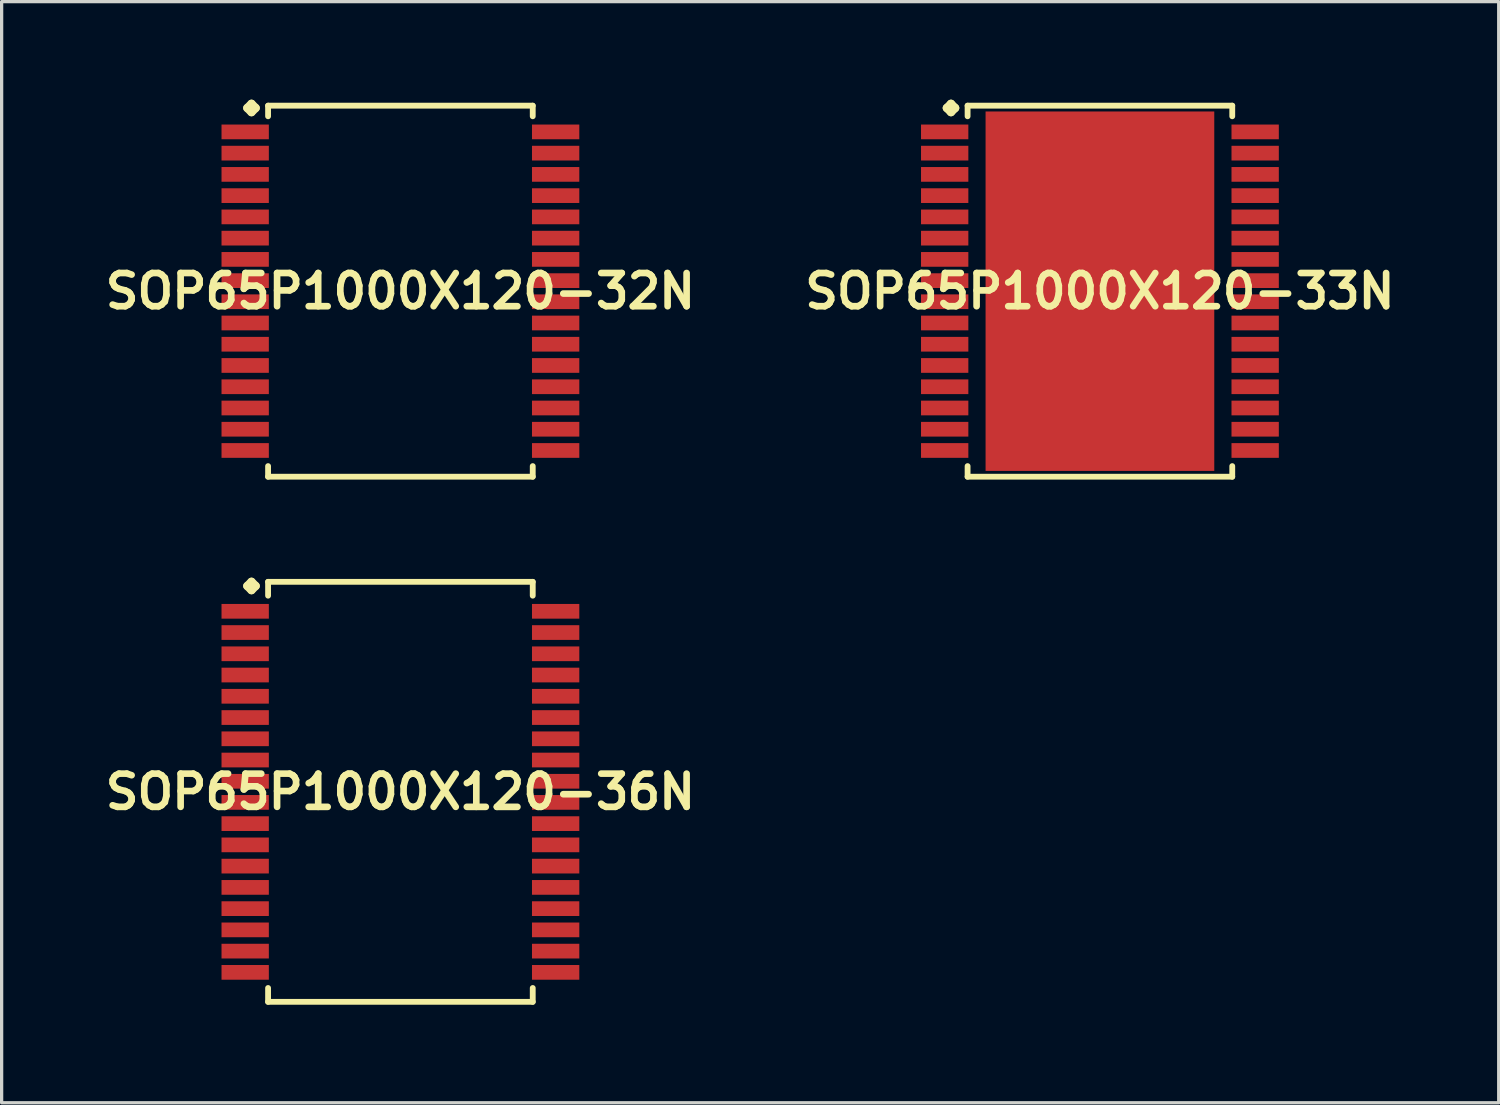
<source format=kicad_pcb>
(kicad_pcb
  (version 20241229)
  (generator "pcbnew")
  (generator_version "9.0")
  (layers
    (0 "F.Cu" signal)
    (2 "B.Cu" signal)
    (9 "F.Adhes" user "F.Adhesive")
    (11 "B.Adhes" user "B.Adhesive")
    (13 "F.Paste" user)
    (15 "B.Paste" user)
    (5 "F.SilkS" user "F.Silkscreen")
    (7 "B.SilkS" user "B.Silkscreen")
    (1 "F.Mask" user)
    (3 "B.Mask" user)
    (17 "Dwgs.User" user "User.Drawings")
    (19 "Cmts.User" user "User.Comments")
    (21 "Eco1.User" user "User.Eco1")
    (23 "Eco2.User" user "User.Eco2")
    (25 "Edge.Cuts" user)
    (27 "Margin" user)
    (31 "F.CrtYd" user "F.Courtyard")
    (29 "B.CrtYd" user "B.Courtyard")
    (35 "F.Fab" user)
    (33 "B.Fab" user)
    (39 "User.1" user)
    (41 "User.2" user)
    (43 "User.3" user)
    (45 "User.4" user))
  (footprint "SOP65P1000X120-33N"
    (layer "F.Cu")
    (at 30.606 5.86)
    (property "Reference" "SOP65P1000X120-33N" (at 0 0 0) (layer "F.SilkS") (effects (font (size 1.016 1.016) (thickness 0.203))))
    (attr smd)
    (fp_line (start -4.684 -5.606) (end -4.557 -5.733) (stroke (width 0.254) (type solid)) (layer "F.SilkS"))
    (fp_line (start -4.557 -5.733) (end -4.43 -5.606) (stroke (width 0.254) (type solid)) (layer "F.SilkS"))
    (fp_line (start -4.557 -5.479) (end -4.684 -5.606) (stroke (width 0.254) (type solid)) (layer "F.SilkS"))
    (fp_line (start -4.43 -5.606) (end -4.557 -5.479) (stroke (width 0.254) (type solid)) (layer "F.SilkS"))
    (fp_line (start -4.049 -5.677) (end 4.049 -5.677) (stroke (width 0.178) (type solid)) (layer "F.SilkS"))
    (fp_line (start -4.049 -5.352) (end -4.049 -5.677) (stroke (width 0.178) (type solid)) (layer "F.SilkS"))
    (fp_line (start -4.049 5.352) (end -4.049 5.677) (stroke (width 0.178) (type solid)) (layer "F.SilkS"))
    (fp_line (start -4.049 5.677) (end 4.049 5.677) (stroke (width 0.178) (type solid)) (layer "F.SilkS"))
    (fp_line (start 4.049 -5.677) (end 4.049 -5.352) (stroke (width 0.178) (type solid)) (layer "F.SilkS"))
    (fp_line (start 4.049 5.677) (end 4.049 5.352) (stroke (width 0.178) (type solid)) (layer "F.SilkS"))
    (pad "1" smd rect (at -4.75 -4.874) (size 1.448 0.45) (layers "F.Cu" "F.Mask" "F.Paste"))
    (pad "2" smd rect (at -4.75 -4.224) (size 1.448 0.45) (layers "F.Cu" "F.Mask" "F.Paste"))
    (pad "3" smd rect (at -4.75 -3.574) (size 1.448 0.45) (layers "F.Cu" "F.Mask" "F.Paste"))
    (pad "4" smd rect (at -4.75 -2.924) (size 1.448 0.45) (layers "F.Cu" "F.Mask" "F.Paste"))
    (pad "5" smd rect (at -4.75 -2.273) (size 1.448 0.45) (layers "F.Cu" "F.Mask" "F.Paste"))
    (pad "6" smd rect (at -4.75 -1.623) (size 1.448 0.45) (layers "F.Cu" "F.Mask" "F.Paste"))
    (pad "7" smd rect (at -4.75 -0.973) (size 1.448 0.45) (layers "F.Cu" "F.Mask" "F.Paste"))
    (pad "8" smd rect (at -4.75 -0.323) (size 1.448 0.45) (layers "F.Cu" "F.Mask" "F.Paste"))
    (pad "9" smd rect (at -4.75 0.323) (size 1.448 0.45) (layers "F.Cu" "F.Mask" "F.Paste"))
    (pad "10" smd rect (at -4.75 0.973) (size 1.448 0.45) (layers "F.Cu" "F.Mask" "F.Paste"))
    (pad "11" smd rect (at -4.75 1.623) (size 1.448 0.45) (layers "F.Cu" "F.Mask" "F.Paste"))
    (pad "12" smd rect (at -4.75 2.273) (size 1.448 0.45) (layers "F.Cu" "F.Mask" "F.Paste"))
    (pad "13" smd rect (at -4.75 2.924) (size 1.448 0.45) (layers "F.Cu" "F.Mask" "F.Paste"))
    (pad "14" smd rect (at -4.75 3.574) (size 1.448 0.45) (layers "F.Cu" "F.Mask" "F.Paste"))
    (pad "15" smd rect (at -4.75 4.224) (size 1.448 0.45) (layers "F.Cu" "F.Mask" "F.Paste"))
    (pad "16" smd rect (at -4.75 4.874) (size 1.448 0.45) (layers "F.Cu" "F.Mask" "F.Paste"))
    (pad "17" smd rect (at 4.75 4.874) (size 1.448 0.45) (layers "F.Cu" "F.Mask" "F.Paste"))
    (pad "18" smd rect (at 4.75 4.224) (size 1.448 0.45) (layers "F.Cu" "F.Mask" "F.Paste"))
    (pad "19" smd rect (at 4.75 3.574) (size 1.448 0.45) (layers "F.Cu" "F.Mask" "F.Paste"))
    (pad "20" smd rect (at 4.75 2.924) (size 1.448 0.45) (layers "F.Cu" "F.Mask" "F.Paste"))
    (pad "21" smd rect (at 4.75 2.273) (size 1.448 0.45) (layers "F.Cu" "F.Mask" "F.Paste"))
    (pad "22" smd rect (at 4.75 1.623) (size 1.448 0.45) (layers "F.Cu" "F.Mask" "F.Paste"))
    (pad "23" smd rect (at 4.75 0.973) (size 1.448 0.45) (layers "F.Cu" "F.Mask" "F.Paste"))
    (pad "24" smd rect (at 4.75 0.323) (size 1.448 0.45) (layers "F.Cu" "F.Mask" "F.Paste"))
    (pad "25" smd rect (at 4.75 -0.323) (size 1.448 0.45) (layers "F.Cu" "F.Mask" "F.Paste"))
    (pad "26" smd rect (at 4.75 -0.973) (size 1.448 0.45) (layers "F.Cu" "F.Mask" "F.Paste"))
    (pad "27" smd rect (at 4.75 -1.623) (size 1.448 0.45) (layers "F.Cu" "F.Mask" "F.Paste"))
    (pad "28" smd rect (at 4.75 -2.273) (size 1.448 0.45) (layers "F.Cu" "F.Mask" "F.Paste"))
    (pad "29" smd rect (at 4.75 -2.924) (size 1.448 0.45) (layers "F.Cu" "F.Mask" "F.Paste"))
    (pad "30" smd rect (at 4.75 -3.574) (size 1.448 0.45) (layers "F.Cu" "F.Mask" "F.Paste"))
    (pad "31" smd rect (at 4.75 -4.224) (size 1.448 0.45) (layers "F.Cu" "F.Mask" "F.Paste"))
    (pad "32" smd rect (at 4.75 -4.874) (size 1.448 0.45) (layers "F.Cu" "F.Mask" "F.Paste"))
    (pad "33" smd rect (at 0 0) (size 6.998 10.998) (layers "F.Cu" "F.Mask" "F.Paste")))
  (footprint "SOP65P1000X120-36N"
    (layer "F.Cu")
    (at 9.202 21.179)
    (property "Reference" "SOP65P1000X120-36N" (at 0 0 0) (layer "F.SilkS") (effects (font (size 1.016 1.016) (thickness 0.203))))
    (attr smd)
    (fp_line (start -4.684 -6.299) (end -4.557 -6.426) (stroke (width 0.254) (type solid)) (layer "F.SilkS"))
    (fp_line (start -4.557 -6.426) (end -4.43 -6.299) (stroke (width 0.254) (type solid)) (layer "F.SilkS"))
    (fp_line (start -4.557 -6.172) (end -4.684 -6.299) (stroke (width 0.254) (type solid)) (layer "F.SilkS"))
    (fp_line (start -4.43 -6.299) (end -4.557 -6.172) (stroke (width 0.254) (type solid)) (layer "F.SilkS"))
    (fp_line (start -4.049 -6.426) (end 4.049 -6.426) (stroke (width 0.178) (type solid)) (layer "F.SilkS"))
    (fp_line (start -4.049 -6.002) (end -4.049 -6.426) (stroke (width 0.178) (type solid)) (layer "F.SilkS"))
    (fp_line (start -4.049 6.002) (end -4.049 6.426) (stroke (width 0.178) (type solid)) (layer "F.SilkS"))
    (fp_line (start -4.049 6.426) (end 4.049 6.426) (stroke (width 0.178) (type solid)) (layer "F.SilkS"))
    (fp_line (start 4.049 -6.426) (end 4.049 -6.002) (stroke (width 0.178) (type solid)) (layer "F.SilkS"))
    (fp_line (start 4.049 6.426) (end 4.049 6.002) (stroke (width 0.178) (type solid)) (layer "F.SilkS"))
    (pad "1" smd rect (at -4.75 -5.524) (size 1.448 0.45) (layers "F.Cu" "F.Mask" "F.Paste"))
    (pad "2" smd rect (at -4.75 -4.874) (size 1.448 0.45) (layers "F.Cu" "F.Mask" "F.Paste"))
    (pad "3" smd rect (at -4.75 -4.224) (size 1.448 0.45) (layers "F.Cu" "F.Mask" "F.Paste"))
    (pad "4" smd rect (at -4.75 -3.574) (size 1.448 0.45) (layers "F.Cu" "F.Mask" "F.Paste"))
    (pad "5" smd rect (at -4.75 -2.924) (size 1.448 0.45) (layers "F.Cu" "F.Mask" "F.Paste"))
    (pad "6" smd rect (at -4.75 -2.273) (size 1.448 0.45) (layers "F.Cu" "F.Mask" "F.Paste"))
    (pad "7" smd rect (at -4.75 -1.623) (size 1.448 0.45) (layers "F.Cu" "F.Mask" "F.Paste"))
    (pad "8" smd rect (at -4.75 -0.973) (size 1.448 0.45) (layers "F.Cu" "F.Mask" "F.Paste"))
    (pad "9" smd rect (at -4.75 -0.323) (size 1.448 0.45) (layers "F.Cu" "F.Mask" "F.Paste"))
    (pad "10" smd rect (at -4.75 0.323) (size 1.448 0.45) (layers "F.Cu" "F.Mask" "F.Paste"))
    (pad "11" smd rect (at -4.75 0.973) (size 1.448 0.45) (layers "F.Cu" "F.Mask" "F.Paste"))
    (pad "12" smd rect (at -4.75 1.623) (size 1.448 0.45) (layers "F.Cu" "F.Mask" "F.Paste"))
    (pad "13" smd rect (at -4.75 2.273) (size 1.448 0.45) (layers "F.Cu" "F.Mask" "F.Paste"))
    (pad "14" smd rect (at -4.75 2.924) (size 1.448 0.45) (layers "F.Cu" "F.Mask" "F.Paste"))
    (pad "15" smd rect (at -4.75 3.574) (size 1.448 0.45) (layers "F.Cu" "F.Mask" "F.Paste"))
    (pad "16" smd rect (at -4.75 4.224) (size 1.448 0.45) (layers "F.Cu" "F.Mask" "F.Paste"))
    (pad "17" smd rect (at -4.75 4.874) (size 1.448 0.45) (layers "F.Cu" "F.Mask" "F.Paste"))
    (pad "18" smd rect (at -4.75 5.524) (size 1.448 0.45) (layers "F.Cu" "F.Mask" "F.Paste"))
    (pad "19" smd rect (at 4.75 5.524) (size 1.448 0.45) (layers "F.Cu" "F.Mask" "F.Paste"))
    (pad "20" smd rect (at 4.75 4.874) (size 1.448 0.45) (layers "F.Cu" "F.Mask" "F.Paste"))
    (pad "21" smd rect (at 4.75 4.224) (size 1.448 0.45) (layers "F.Cu" "F.Mask" "F.Paste"))
    (pad "22" smd rect (at 4.75 3.574) (size 1.448 0.45) (layers "F.Cu" "F.Mask" "F.Paste"))
    (pad "23" smd rect (at 4.75 2.924) (size 1.448 0.45) (layers "F.Cu" "F.Mask" "F.Paste"))
    (pad "24" smd rect (at 4.75 2.273) (size 1.448 0.45) (layers "F.Cu" "F.Mask" "F.Paste"))
    (pad "25" smd rect (at 4.75 1.623) (size 1.448 0.45) (layers "F.Cu" "F.Mask" "F.Paste"))
    (pad "26" smd rect (at 4.75 0.973) (size 1.448 0.45) (layers "F.Cu" "F.Mask" "F.Paste"))
    (pad "27" smd rect (at 4.75 0.323) (size 1.448 0.45) (layers "F.Cu" "F.Mask" "F.Paste"))
    (pad "28" smd rect (at 4.75 -0.323) (size 1.448 0.45) (layers "F.Cu" "F.Mask" "F.Paste"))
    (pad "29" smd rect (at 4.75 -0.973) (size 1.448 0.45) (layers "F.Cu" "F.Mask" "F.Paste"))
    (pad "30" smd rect (at 4.75 -1.623) (size 1.448 0.45) (layers "F.Cu" "F.Mask" "F.Paste"))
    (pad "31" smd rect (at 4.75 -2.273) (size 1.448 0.45) (layers "F.Cu" "F.Mask" "F.Paste"))
    (pad "32" smd rect (at 4.75 -2.924) (size 1.448 0.45) (layers "F.Cu" "F.Mask" "F.Paste"))
    (pad "33" smd rect (at 4.75 -3.574) (size 1.448 0.45) (layers "F.Cu" "F.Mask" "F.Paste"))
    (pad "34" smd rect (at 4.75 -4.224) (size 1.448 0.45) (layers "F.Cu" "F.Mask" "F.Paste"))
    (pad "35" smd rect (at 4.75 -4.874) (size 1.448 0.45) (layers "F.Cu" "F.Mask" "F.Paste"))
    (pad "36" smd rect (at 4.75 -5.524) (size 1.448 0.45) (layers "F.Cu" "F.Mask" "F.Paste")))
  (footprint "SOP65P1000X120-32N"
    (layer "F.Cu")
    (at 9.202 5.86)
    (property "Reference" "SOP65P1000X120-32N" (at 0 0 0) (layer "F.SilkS") (effects (font (size 1.016 1.016) (thickness 0.203))))
    (attr smd)
    (fp_line (start -4.684 -5.606) (end -4.557 -5.733) (stroke (width 0.254) (type solid)) (layer "F.SilkS"))
    (fp_line (start -4.557 -5.733) (end -4.43 -5.606) (stroke (width 0.254) (type solid)) (layer "F.SilkS"))
    (fp_line (start -4.557 -5.479) (end -4.684 -5.606) (stroke (width 0.254) (type solid)) (layer "F.SilkS"))
    (fp_line (start -4.43 -5.606) (end -4.557 -5.479) (stroke (width 0.254) (type solid)) (layer "F.SilkS"))
    (fp_line (start -4.049 -5.677) (end 4.049 -5.677) (stroke (width 0.178) (type solid)) (layer "F.SilkS"))
    (fp_line (start -4.049 -5.352) (end -4.049 -5.677) (stroke (width 0.178) (type solid)) (layer "F.SilkS"))
    (fp_line (start -4.049 5.352) (end -4.049 5.677) (stroke (width 0.178) (type solid)) (layer "F.SilkS"))
    (fp_line (start -4.049 5.677) (end 4.049 5.677) (stroke (width 0.178) (type solid)) (layer "F.SilkS"))
    (fp_line (start 4.049 -5.677) (end 4.049 -5.352) (stroke (width 0.178) (type solid)) (layer "F.SilkS"))
    (fp_line (start 4.049 5.677) (end 4.049 5.352) (stroke (width 0.178) (type solid)) (layer "F.SilkS"))
    (pad "1" smd rect (at -4.75 -4.874) (size 1.448 0.45) (layers "F.Cu" "F.Mask" "F.Paste"))
    (pad "2" smd rect (at -4.75 -4.224) (size 1.448 0.45) (layers "F.Cu" "F.Mask" "F.Paste"))
    (pad "3" smd rect (at -4.75 -3.574) (size 1.448 0.45) (layers "F.Cu" "F.Mask" "F.Paste"))
    (pad "4" smd rect (at -4.75 -2.924) (size 1.448 0.45) (layers "F.Cu" "F.Mask" "F.Paste"))
    (pad "5" smd rect (at -4.75 -2.273) (size 1.448 0.45) (layers "F.Cu" "F.Mask" "F.Paste"))
    (pad "6" smd rect (at -4.75 -1.623) (size 1.448 0.45) (layers "F.Cu" "F.Mask" "F.Paste"))
    (pad "7" smd rect (at -4.75 -0.973) (size 1.448 0.45) (layers "F.Cu" "F.Mask" "F.Paste"))
    (pad "8" smd rect (at -4.75 -0.323) (size 1.448 0.45) (layers "F.Cu" "F.Mask" "F.Paste"))
    (pad "9" smd rect (at -4.75 0.323) (size 1.448 0.45) (layers "F.Cu" "F.Mask" "F.Paste"))
    (pad "10" smd rect (at -4.75 0.973) (size 1.448 0.45) (layers "F.Cu" "F.Mask" "F.Paste"))
    (pad "11" smd rect (at -4.75 1.623) (size 1.448 0.45) (layers "F.Cu" "F.Mask" "F.Paste"))
    (pad "12" smd rect (at -4.75 2.273) (size 1.448 0.45) (layers "F.Cu" "F.Mask" "F.Paste"))
    (pad "13" smd rect (at -4.75 2.924) (size 1.448 0.45) (layers "F.Cu" "F.Mask" "F.Paste"))
    (pad "14" smd rect (at -4.75 3.574) (size 1.448 0.45) (layers "F.Cu" "F.Mask" "F.Paste"))
    (pad "15" smd rect (at -4.75 4.224) (size 1.448 0.45) (layers "F.Cu" "F.Mask" "F.Paste"))
    (pad "16" smd rect (at -4.75 4.874) (size 1.448 0.45) (layers "F.Cu" "F.Mask" "F.Paste"))
    (pad "17" smd rect (at 4.75 4.874) (size 1.448 0.45) (layers "F.Cu" "F.Mask" "F.Paste"))
    (pad "18" smd rect (at 4.75 4.224) (size 1.448 0.45) (layers "F.Cu" "F.Mask" "F.Paste"))
    (pad "19" smd rect (at 4.75 3.574) (size 1.448 0.45) (layers "F.Cu" "F.Mask" "F.Paste"))
    (pad "20" smd rect (at 4.75 2.924) (size 1.448 0.45) (layers "F.Cu" "F.Mask" "F.Paste"))
    (pad "21" smd rect (at 4.75 2.273) (size 1.448 0.45) (layers "F.Cu" "F.Mask" "F.Paste"))
    (pad "22" smd rect (at 4.75 1.623) (size 1.448 0.45) (layers "F.Cu" "F.Mask" "F.Paste"))
    (pad "23" smd rect (at 4.75 0.973) (size 1.448 0.45) (layers "F.Cu" "F.Mask" "F.Paste"))
    (pad "24" smd rect (at 4.75 0.323) (size 1.448 0.45) (layers "F.Cu" "F.Mask" "F.Paste"))
    (pad "25" smd rect (at 4.75 -0.323) (size 1.448 0.45) (layers "F.Cu" "F.Mask" "F.Paste"))
    (pad "26" smd rect (at 4.75 -0.973) (size 1.448 0.45) (layers "F.Cu" "F.Mask" "F.Paste"))
    (pad "27" smd rect (at 4.75 -1.623) (size 1.448 0.45) (layers "F.Cu" "F.Mask" "F.Paste"))
    (pad "28" smd rect (at 4.75 -2.273) (size 1.448 0.45) (layers "F.Cu" "F.Mask" "F.Paste"))
    (pad "29" smd rect (at 4.75 -2.924) (size 1.448 0.45) (layers "F.Cu" "F.Mask" "F.Paste"))
    (pad "30" smd rect (at 4.75 -3.574) (size 1.448 0.45) (layers "F.Cu" "F.Mask" "F.Paste"))
    (pad "31" smd rect (at 4.75 -4.224) (size 1.448 0.45) (layers "F.Cu" "F.Mask" "F.Paste"))
    (pad "32" smd rect (at 4.75 -4.874) (size 1.448 0.45) (layers "F.Cu" "F.Mask" "F.Paste")))
  (gr_rect
    (start -3 -3)
    (end 42.808 30.694)
    (stroke (width 0.1) (type default))
    (fill no)
    (layer "Edge.Cuts")))
</source>
